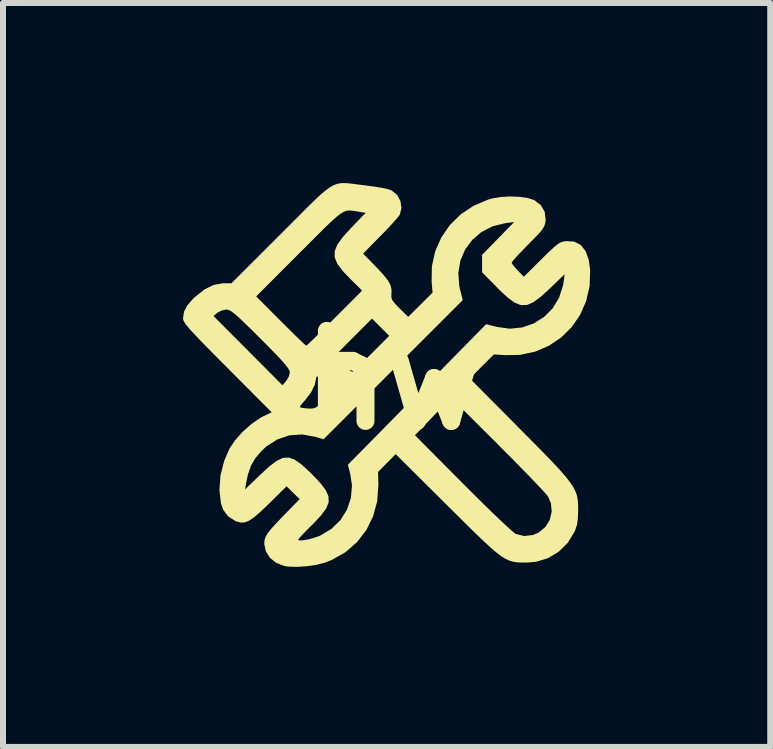
<source format=kicad_pcb>
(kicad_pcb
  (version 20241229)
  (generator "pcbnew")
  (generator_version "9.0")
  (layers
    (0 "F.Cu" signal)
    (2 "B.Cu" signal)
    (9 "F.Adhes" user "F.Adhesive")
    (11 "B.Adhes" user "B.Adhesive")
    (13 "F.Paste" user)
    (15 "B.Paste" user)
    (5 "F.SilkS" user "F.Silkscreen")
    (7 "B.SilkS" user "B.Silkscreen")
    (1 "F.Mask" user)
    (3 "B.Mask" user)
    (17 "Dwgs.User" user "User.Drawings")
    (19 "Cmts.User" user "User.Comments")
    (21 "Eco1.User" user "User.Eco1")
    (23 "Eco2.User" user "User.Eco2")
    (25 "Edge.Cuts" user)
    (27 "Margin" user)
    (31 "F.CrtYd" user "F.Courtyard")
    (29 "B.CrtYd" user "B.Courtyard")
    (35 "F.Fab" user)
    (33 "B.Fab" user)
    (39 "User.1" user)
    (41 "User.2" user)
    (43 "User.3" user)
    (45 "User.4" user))
  (footprint "hw"
    (layer "F.Cu")
    (at 3.503 3.284)
    (property "Reference" "hw" (at 0 0 0) (layer "F.SilkS") (effects (font (size 1.5 1.5) (thickness 0.3))))
    (attr board_only exclude_from_pos_files exclude_from_bom)
    (fp_poly (pts (xy -0.781 -3.283) (xy -0.693 -3.274) (xy -0.588 -3.26) (xy -0.461 -3.245) (xy -0.46 -3.244) (xy -0.32 -3.226) (xy -0.192 -3.205) (xy -0.091 -3.183) (xy -0.031 -3.163) (xy -0.029 -3.162) (xy 0.062 -3.088) (xy 0.118 -2.984) (xy 0.135 -2.868) (xy 0.107 -2.756) (xy 0.106 -2.756) (xy 0.077 -2.716) (xy 0.016 -2.646) (xy -0.068 -2.554) (xy -0.168 -2.45) (xy -0.214 -2.403) (xy -0.504 -2.109) (xy -0.281 -1.881) (xy -0.168 -1.76) (xy -0.092 -1.665) (xy -0.048 -1.585) (xy -0.03 -1.511) (xy -0.032 -1.432) (xy -0.033 -1.424) (xy -0.033 -1.376) (xy -0.014 -1.328) (xy 0.033 -1.269) (xy 0.101 -1.199) (xy 0.247 -1.055) (xy 0.45 -1.257) (xy 0.653 -1.459) (xy 0.638 -1.642) (xy 0.642 -1.9) (xy 0.697 -2.146) (xy 0.798 -2.376) (xy 0.94 -2.583) (xy 1.12 -2.761) (xy 1.333 -2.904) (xy 1.574 -3.007) (xy 1.65 -3.029) (xy 1.788 -3.052) (xy 1.944 -3.061) (xy 2.1 -3.055) (xy 2.239 -3.035) (xy 2.344 -3.002) (xy 2.35 -2.999) (xy 2.458 -2.915) (xy 2.522 -2.803) (xy 2.537 -2.669) (xy 2.536 -2.658) (xy 2.528 -2.608) (xy 2.512 -2.561) (xy 2.48 -2.51) (xy 2.427 -2.446) (xy 2.346 -2.361) (xy 2.247 -2.261) (xy 2.149 -2.16) (xy 2.065 -2.072) (xy 2.005 -2.004) (xy 1.973 -1.964) (xy 1.971 -1.958) (xy 1.988 -1.925) (xy 2.034 -1.869) (xy 2.072 -1.828) (xy 2.174 -1.724) (xy 2.466 -2.014) (xy 2.581 -2.128) (xy 2.666 -2.207) (xy 2.729 -2.26) (xy 2.779 -2.292) (xy 2.825 -2.309) (xy 2.874 -2.317) (xy 2.877 -2.317) (xy 3.013 -2.309) (xy 3.122 -2.253) (xy 3.203 -2.151) (xy 3.256 -2.003) (xy 3.279 -1.833) (xy 3.269 -1.566) (xy 3.211 -1.315) (xy 3.11 -1.086) (xy 2.97 -0.883) (xy 2.795 -0.71) (xy 2.59 -0.573) (xy 2.361 -0.475) (xy 2.11 -0.422) (xy 1.871 -0.417) (xy 1.674 -0.429) (xy 1.474 -0.229) (xy 1.275 -0.028) (xy 2.098 0.8) (xy 2.318 1.022) (xy 2.502 1.209) (xy 2.654 1.366) (xy 2.777 1.498) (xy 2.873 1.609) (xy 2.946 1.703) (xy 3 1.784) (xy 3.036 1.857) (xy 3.06 1.927) (xy 3.072 1.997) (xy 3.077 2.073) (xy 3.079 2.157) (xy 3.079 2.162) (xy 3.074 2.302) (xy 3.06 2.407) (xy 3.031 2.496) (xy 3.02 2.521) (xy 2.907 2.707) (xy 2.757 2.856) (xy 2.579 2.964) (xy 2.379 3.025) (xy 2.229 3.038) (xy 2.144 3.038) (xy 2.07 3.035) (xy 2.002 3.026) (xy 1.937 3.007) (xy 1.87 2.977) (xy 1.796 2.931) (xy 1.711 2.866) (xy 1.611 2.78) (xy 1.49 2.668) (xy 1.345 2.529) (xy 1.172 2.358) (xy 0.965 2.152) (xy 0.902 2.09) (xy 0.039 1.232) (xy -0.108 1.38) (xy -0.255 1.529) (xy -0.249 1.743) (xy -0.269 2.014) (xy -0.337 2.267) (xy -0.45 2.497) (xy -0.606 2.699) (xy -0.8 2.867) (xy -1.029 2.996) (xy -1.138 3.039) (xy -1.277 3.075) (xy -1.44 3.099) (xy -1.606 3.11) (xy -1.753 3.105) (xy -1.815 3.096) (xy -1.95 3.044) (xy -2.056 2.96) (xy -2.125 2.85) (xy -2.151 2.727) (xy -2.146 2.664) (xy -2.13 2.613) (xy -2.097 2.555) (xy -2.04 2.482) (xy -1.955 2.387) (xy -1.844 2.271) (xy -1.561 1.981) (xy -1.67 1.874) (xy -1.779 1.768) (xy -2.073 2.058) (xy -2.208 2.187) (xy -2.314 2.279) (xy -2.399 2.338) (xy -2.471 2.368) (xy -2.538 2.372) (xy -2.606 2.356) (xy -2.632 2.345) (xy -2.755 2.267) (xy -2.838 2.153) (xy -2.872 2.053) (xy -2.898 1.827) (xy -2.897 1.82) (xy -2.471 1.82) (xy -2.212 1.57) (xy -2.066 1.436) (xy -1.945 1.344) (xy -1.841 1.295) (xy -1.743 1.288) (xy -1.643 1.324) (xy -1.531 1.403) (xy -1.399 1.524) (xy -1.352 1.57) (xy -1.218 1.711) (xy -1.128 1.829) (xy -1.081 1.933) (xy -1.077 2.031) (xy -1.117 2.134) (xy -1.201 2.249) (xy -1.328 2.385) (xy -1.366 2.422) (xy -1.454 2.51) (xy -1.525 2.585) (xy -1.572 2.637) (xy -1.587 2.659) (xy -1.564 2.67) (xy -1.503 2.667) (xy -1.417 2.652) (xy -1.322 2.626) (xy -1.231 2.594) (xy -1.215 2.587) (xy -1.03 2.476) (xy -0.881 2.33) (xy -0.772 2.156) (xy -0.707 1.961) (xy -0.689 1.754) (xy -0.718 1.56) (xy -0.758 1.409) (xy -0.273 0.917) (xy 0.36 0.917) (xy 1.158 1.72) (xy 1.333 1.895) (xy 1.498 2.058) (xy 1.65 2.206) (xy 1.784 2.334) (xy 1.894 2.437) (xy 1.977 2.512) (xy 2.028 2.554) (xy 2.039 2.561) (xy 2.18 2.596) (xy 2.325 2.579) (xy 2.421 2.538) (xy 2.532 2.446) (xy 2.606 2.326) (xy 2.638 2.189) (xy 2.625 2.049) (xy 2.577 1.938) (xy 2.546 1.899) (xy 2.48 1.826) (xy 2.384 1.725) (xy 2.263 1.598) (xy 2.121 1.453) (xy 1.963 1.292) (xy 1.792 1.121) (xy 1.741 1.069) (xy 0.961 0.291) (xy 0.661 0.604) (xy 0.36 0.917) (xy -0.273 0.917) (xy 0.394 0.238) (xy 1.546 -0.933) (xy 1.723 -0.888) (xy 1.939 -0.858) (xy 2.147 -0.879) (xy 2.339 -0.945) (xy 2.51 -1.053) (xy 2.653 -1.196) (xy 2.76 -1.372) (xy 2.826 -1.575) (xy 2.835 -1.629) (xy 2.854 -1.765) (xy 2.606 -1.527) (xy 2.46 -1.393) (xy 2.337 -1.302) (xy 2.23 -1.254) (xy 2.129 -1.25) (xy 2.025 -1.289) (xy 1.91 -1.372) (xy 1.773 -1.499) (xy 1.732 -1.541) (xy 1.478 -1.798) (xy 1.478 -1.943) (xy 1.478 -2.088) (xy 1.745 -2.361) (xy 2.012 -2.635) (xy 1.863 -2.616) (xy 1.652 -2.564) (xy 1.467 -2.468) (xy 1.313 -2.336) (xy 1.194 -2.174) (xy 1.116 -1.989) (xy 1.082 -1.786) (xy 1.098 -1.573) (xy 1.109 -1.521) (xy 1.156 -1.334) (xy -0.004 -0.175) (xy -1.163 0.985) (xy -1.298 0.944) (xy -1.517 0.904) (xy -1.728 0.918) (xy -1.928 0.984) (xy -2.112 1.101) (xy -2.193 1.175) (xy -2.299 1.298) (xy -2.373 1.426) (xy -2.424 1.576) (xy -2.452 1.711) (xy -2.471 1.82) (xy -2.897 1.82) (xy -2.88 1.586) (xy -2.819 1.346) (xy -2.732 1.144) (xy -2.639 1.004) (xy -2.512 0.861) (xy -2.367 0.732) (xy -2.221 0.63) (xy -2.169 0.602) (xy -2.026 0.535) (xy -2.114 0.447) (xy -1.56 0.447) (xy -1.536 0.457) (xy -1.473 0.467) (xy -1.43 0.471) (xy -1.361 0.473) (xy -1.309 0.463) (xy -1.259 0.433) (xy -1.193 0.377) (xy -1.15 0.335) (xy -1 0.192) (xy -1.143 0.048) (xy -1.216 -0.023) (xy -1.259 -0.058) (xy -1.28 -0.062) (xy -1.286 -0.039) (xy -1.286 -0.033) (xy -1.309 0.078) (xy -1.371 0.203) (xy -1.462 0.322) (xy -1.517 0.385) (xy -1.552 0.432) (xy -1.56 0.447) (xy -2.114 0.447) (xy -2.765 -0.206) (xy -2.955 -0.397) (xy -3.11 -0.554) (xy -3.233 -0.68) (xy -3.327 -0.78) (xy -3.398 -0.857) (xy -3.447 -0.916) (xy -3.478 -0.96) (xy -3.496 -0.995) (xy -3.503 -1.022) (xy -3.503 -1.036) (xy -3.498 -1.07) (xy -2.997 -1.07) (xy -2.422 -0.493) (xy -1.848 0.084) (xy -1.786 0.013) (xy -1.743 -0.058) (xy -1.724 -0.13) (xy -1.724 -0.131) (xy -1.732 -0.162) (xy -1.757 -0.205) (xy -1.804 -0.265) (xy -1.877 -0.347) (xy -1.937 -0.411) (xy -0.97 -0.411) (xy -0.835 -0.274) (xy -0.766 -0.206) (xy -0.713 -0.157) (xy -0.685 -0.137) (xy -0.685 -0.137) (xy -0.661 -0.155) (xy -0.606 -0.206) (xy -0.527 -0.282) (xy -0.43 -0.378) (xy -0.369 -0.438) (xy -0.069 -0.739) (xy -0.213 -0.883) (xy -0.356 -1.026) (xy -0.663 -0.719) (xy -0.97 -0.411) (xy -1.937 -0.411) (xy -1.979 -0.455) (xy -2.114 -0.593) (xy -2.211 -0.69) (xy -2.364 -0.843) (xy -2.485 -0.96) (xy -2.577 -1.047) (xy -2.647 -1.108) (xy -2.699 -1.147) (xy -2.739 -1.168) (xy -2.771 -1.176) (xy -2.783 -1.177) (xy -2.867 -1.159) (xy -2.932 -1.124) (xy -2.997 -1.07) (xy -3.498 -1.07) (xy -3.487 -1.143) (xy -3.433 -1.246) (xy -3.336 -1.358) (xy -3.303 -1.389) (xy -3.293 -1.396) (xy -2.285 -1.396) (xy -1.875 -0.985) (xy -1.753 -0.864) (xy -1.644 -0.756) (xy -1.554 -0.669) (xy -1.489 -0.607) (xy -1.454 -0.577) (xy -1.451 -0.575) (xy -1.428 -0.593) (xy -1.373 -0.645) (xy -1.289 -0.726) (xy -1.184 -0.829) (xy -1.063 -0.949) (xy -0.978 -1.034) (xy -0.52 -1.493) (xy -0.714 -1.684) (xy -0.846 -1.822) (xy -0.934 -1.94) (xy -0.977 -2.047) (xy -0.977 -2.151) (xy -0.932 -2.261) (xy -0.842 -2.385) (xy -0.708 -2.533) (xy -0.706 -2.535) (xy -0.461 -2.788) (xy -0.552 -2.803) (xy -0.623 -2.815) (xy -0.682 -2.824) (xy -0.733 -2.828) (xy -0.781 -2.822) (xy -0.83 -2.803) (xy -0.887 -2.768) (xy -0.955 -2.714) (xy -1.04 -2.637) (xy -1.147 -2.535) (xy -1.28 -2.402) (xy -1.444 -2.238) (xy -1.566 -2.116) (xy -2.285 -1.396) (xy -3.293 -1.396) (xy -3.144 -1.514) (xy -2.991 -1.588) (xy -2.839 -1.615) (xy -2.828 -1.615) (xy -2.697 -1.615) (xy -1.861 -2.45) (xy -1.658 -2.653) (xy -1.491 -2.821) (xy -1.353 -2.958) (xy -1.24 -3.066) (xy -1.145 -3.149) (xy -1.065 -3.209) (xy -0.994 -3.25) (xy -0.926 -3.274) (xy -0.857 -3.284)) (stroke (width 0) (type solid)) (fill yes) (layer "F.SilkS")))
  (gr_rect
    (start -3 -3)
    (end 9.782 9.393)
    (stroke (width 0.1) (type default))
    (fill no)
    (layer "Edge.Cuts")))
</source>
